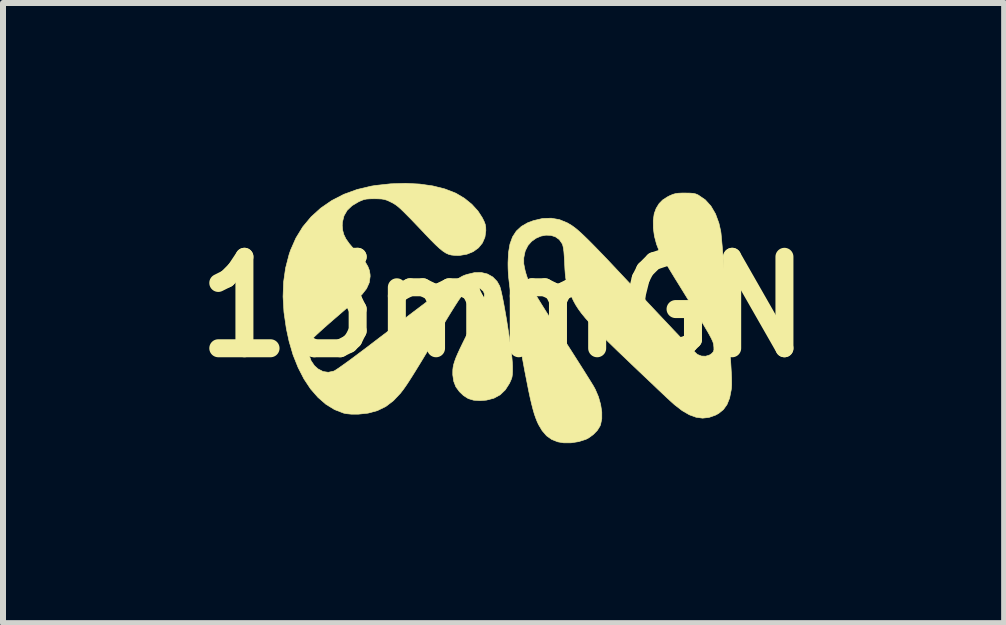
<source format=kicad_pcb>
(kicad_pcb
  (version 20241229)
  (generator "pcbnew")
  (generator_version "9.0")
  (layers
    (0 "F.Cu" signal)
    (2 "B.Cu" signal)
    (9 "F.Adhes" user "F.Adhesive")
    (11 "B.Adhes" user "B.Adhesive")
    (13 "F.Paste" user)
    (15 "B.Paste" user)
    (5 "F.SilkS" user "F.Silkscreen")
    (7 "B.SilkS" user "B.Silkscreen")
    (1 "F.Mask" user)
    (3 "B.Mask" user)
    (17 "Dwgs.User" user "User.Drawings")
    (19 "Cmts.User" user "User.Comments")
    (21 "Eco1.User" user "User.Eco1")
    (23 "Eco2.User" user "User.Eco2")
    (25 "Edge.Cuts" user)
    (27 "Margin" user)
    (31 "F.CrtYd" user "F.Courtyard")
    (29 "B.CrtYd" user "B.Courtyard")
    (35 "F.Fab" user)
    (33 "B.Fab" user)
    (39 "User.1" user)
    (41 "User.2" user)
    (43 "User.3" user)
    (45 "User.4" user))
  (footprint "13mmGN"
    (layer "F.Cu")
    (at 5.341 2.064)
    (property "Reference" "13mmGN" (at 0 0 0) (layer "F.SilkS") (effects (font (size 1.524 1.524) (thickness 0.3))))
    (attr through_hole)
    (fp_poly (pts (xy 3.103 -1.896) (xy 3.159 -1.892) (xy 3.201 -1.883) (xy 3.237 -1.868) (xy 3.248 -1.862) (xy 3.362 -1.784) (xy 3.456 -1.68) (xy 3.532 -1.55) (xy 3.589 -1.395) (xy 3.619 -1.262) (xy 3.624 -1.226) (xy 3.63 -1.162) (xy 3.638 -1.074) (xy 3.648 -0.966) (xy 3.658 -0.842) (xy 3.668 -0.706) (xy 3.679 -0.562) (xy 3.683 -0.5) (xy 3.696 -0.328) (xy 3.709 -0.142) (xy 3.723 0.052) (xy 3.737 0.245) (xy 3.75 0.429) (xy 3.762 0.595) (xy 3.771 0.713) (xy 3.782 0.868) (xy 3.79 0.996) (xy 3.796 1.099) (xy 3.8 1.182) (xy 3.801 1.249) (xy 3.801 1.303) (xy 3.798 1.349) (xy 3.793 1.388) (xy 3.767 1.52) (xy 3.724 1.627) (xy 3.664 1.711) (xy 3.585 1.775) (xy 3.532 1.804) (xy 3.424 1.842) (xy 3.317 1.854) (xy 3.208 1.839) (xy 3.096 1.798) (xy 2.977 1.729) (xy 2.85 1.631) (xy 2.81 1.595) (xy 2.779 1.567) (xy 2.727 1.519) (xy 2.658 1.454) (xy 2.573 1.374) (xy 2.476 1.281) (xy 2.368 1.179) (xy 2.252 1.069) (xy 2.131 0.954) (xy 2.07 0.895) (xy 1.904 0.737) (xy 1.76 0.597) (xy 1.636 0.475) (xy 1.53 0.367) (xy 1.44 0.271) (xy 1.364 0.186) (xy 1.3 0.108) (xy 1.248 0.037) (xy 1.204 -0.031) (xy 1.167 -0.098) (xy 1.135 -0.166) (xy 1.107 -0.238) (xy 1.08 -0.314) (xy 1.079 -0.315) (xy 1.06 -0.376) (xy 1.046 -0.429) (xy 1.036 -0.483) (xy 1.029 -0.545) (xy 1.023 -0.624) (xy 1.018 -0.727) (xy 1.018 -0.728) (xy 1.012 -0.836) (xy 1.006 -0.917) (xy 0.998 -0.977) (xy 0.989 -1.02) (xy 0.977 -1.053) (xy 0.977 -1.053) (xy 0.929 -1.122) (xy 0.864 -1.168) (xy 0.788 -1.192) (xy 0.706 -1.195) (xy 0.622 -1.179) (xy 0.541 -1.144) (xy 0.468 -1.092) (xy 0.407 -1.023) (xy 0.364 -0.938) (xy 0.358 -0.919) (xy 0.337 -0.817) (xy 0.337 -0.718) (xy 0.358 -0.612) (xy 0.374 -0.553) (xy 0.392 -0.497) (xy 0.413 -0.44) (xy 0.44 -0.38) (xy 0.473 -0.314) (xy 0.514 -0.239) (xy 0.566 -0.152) (xy 0.629 -0.049) (xy 0.705 0.072) (xy 0.795 0.214) (xy 0.872 0.333) (xy 1.011 0.549) (xy 1.133 0.739) (xy 1.238 0.904) (xy 1.327 1.044) (xy 1.399 1.159) (xy 1.456 1.25) (xy 1.497 1.317) (xy 1.522 1.362) (xy 1.528 1.373) (xy 1.582 1.499) (xy 1.618 1.627) (xy 1.637 1.751) (xy 1.637 1.864) (xy 1.617 1.962) (xy 1.607 1.987) (xy 1.563 2.058) (xy 1.496 2.127) (xy 1.419 2.183) (xy 1.373 2.207) (xy 1.254 2.245) (xy 1.126 2.265) (xy 1.001 2.265) (xy 0.904 2.249) (xy 0.803 2.209) (xy 0.717 2.148) (xy 0.643 2.062) (xy 0.583 1.961) (xy 0.559 1.909) (xy 0.537 1.853) (xy 0.514 1.788) (xy 0.492 1.712) (xy 0.469 1.623) (xy 0.444 1.517) (xy 0.417 1.391) (xy 0.388 1.243) (xy 0.354 1.07) (xy 0.317 0.869) (xy 0.311 0.833) (xy 0.268 0.602) (xy 0.231 0.399) (xy 0.199 0.223) (xy 0.172 0.07) (xy 0.149 -0.061) (xy 0.13 -0.174) (xy 0.114 -0.27) (xy 0.102 -0.353) (xy 0.093 -0.424) (xy 0.086 -0.486) (xy 0.081 -0.542) (xy 0.078 -0.594) (xy 0.076 -0.645) (xy 0.075 -0.696) (xy 0.075 -0.739) (xy 0.083 -0.906) (xy 0.107 -1.047) (xy 0.15 -1.166) (xy 0.213 -1.263) (xy 0.297 -1.341) (xy 0.403 -1.402) (xy 0.497 -1.437) (xy 0.65 -1.473) (xy 0.794 -1.478) (xy 0.932 -1.454) (xy 1.065 -1.399) (xy 1.137 -1.356) (xy 1.169 -1.333) (xy 1.205 -1.306) (xy 1.244 -1.273) (xy 1.289 -1.233) (xy 1.341 -1.184) (xy 1.401 -1.126) (xy 1.472 -1.055) (xy 1.553 -0.972) (xy 1.648 -0.874) (xy 1.757 -0.76) (xy 1.881 -0.628) (xy 2.023 -0.477) (xy 2.184 -0.306) (xy 2.343 -0.135) (xy 2.477 0.008) (xy 2.605 0.144) (xy 2.727 0.273) (xy 2.839 0.392) (xy 2.941 0.499) (xy 3.031 0.592) (xy 3.106 0.67) (xy 3.165 0.73) (xy 3.207 0.771) (xy 3.229 0.791) (xy 3.23 0.792) (xy 3.296 0.819) (xy 3.369 0.822) (xy 3.437 0.8) (xy 3.471 0.776) (xy 3.496 0.747) (xy 3.506 0.716) (xy 3.505 0.669) (xy 3.504 0.663) (xy 3.502 0.643) (xy 3.5 0.624) (xy 3.495 0.604) (xy 3.488 0.581) (xy 3.476 0.554) (xy 3.46 0.52) (xy 3.437 0.477) (xy 3.407 0.423) (xy 3.368 0.357) (xy 3.32 0.276) (xy 3.261 0.179) (xy 3.19 0.063) (xy 3.106 -0.073) (xy 3.008 -0.232) (xy 2.895 -0.415) (xy 2.857 -0.476) (xy 2.796 -0.576) (xy 2.738 -0.672) (xy 2.687 -0.759) (xy 2.644 -0.833) (xy 2.613 -0.889) (xy 2.601 -0.913) (xy 2.55 -1.044) (xy 2.514 -1.18) (xy 2.496 -1.314) (xy 2.495 -1.441) (xy 2.511 -1.554) (xy 2.544 -1.643) (xy 2.593 -1.722) (xy 2.652 -1.782) (xy 2.731 -1.833) (xy 2.77 -1.853) (xy 2.819 -1.874) (xy 2.863 -1.887) (xy 2.911 -1.894) (xy 2.974 -1.897) (xy 3.024 -1.897) (xy 3.103 -1.896)) (stroke (width 0.01) (type solid)) (fill yes) (layer "F.SilkS"))
    (fp_poly (pts (xy -1.398 -2.047) (xy -1.179 -2.016) (xy -0.979 -1.966) (xy -0.801 -1.897) (xy -0.782 -1.887) (xy -0.65 -1.808) (xy -0.529 -1.71) (xy -0.427 -1.598) (xy -0.356 -1.489) (xy -0.324 -1.425) (xy -0.305 -1.375) (xy -0.297 -1.328) (xy -0.295 -1.27) (xy -0.295 -1.27) (xy -0.31 -1.162) (xy -0.352 -1.065) (xy -0.418 -0.984) (xy -0.505 -0.921) (xy -0.61 -0.878) (xy -0.729 -0.858) (xy -0.763 -0.857) (xy -0.82 -0.859) (xy -0.869 -0.864) (xy -0.915 -0.876) (xy -0.961 -0.897) (xy -1.01 -0.929) (xy -1.066 -0.974) (xy -1.132 -1.035) (xy -1.211 -1.114) (xy -1.307 -1.214) (xy -1.341 -1.251) (xy -1.449 -1.364) (xy -1.538 -1.457) (xy -1.611 -1.531) (xy -1.67 -1.59) (xy -1.718 -1.636) (xy -1.758 -1.671) (xy -1.792 -1.697) (xy -1.824 -1.718) (xy -1.855 -1.736) (xy -1.889 -1.752) (xy -1.889 -1.753) (xy -1.94 -1.776) (xy -1.984 -1.79) (xy -2.03 -1.798) (xy -2.088 -1.801) (xy -2.151 -1.802) (xy -2.228 -1.801) (xy -2.283 -1.797) (xy -2.328 -1.788) (xy -2.372 -1.771) (xy -2.413 -1.753) (xy -2.524 -1.687) (xy -2.606 -1.609) (xy -2.659 -1.517) (xy -2.685 -1.411) (xy -2.688 -1.355) (xy -2.681 -1.278) (xy -2.662 -1.206) (xy -2.627 -1.134) (xy -2.573 -1.057) (xy -2.498 -0.968) (xy -2.452 -0.919) (xy -2.366 -0.826) (xy -2.303 -0.745) (xy -2.261 -0.674) (xy -2.235 -0.607) (xy -2.224 -0.538) (xy -2.223 -0.507) (xy -2.238 -0.404) (xy -2.283 -0.304) (xy -2.359 -0.207) (xy -2.395 -0.171) (xy -2.432 -0.138) (xy -2.489 -0.088) (xy -2.561 -0.025) (xy -2.644 0.048) (xy -2.734 0.126) (xy -2.814 0.195) (xy -2.903 0.272) (xy -2.986 0.345) (xy -3.058 0.41) (xy -3.118 0.465) (xy -3.16 0.505) (xy -3.181 0.528) (xy -3.228 0.614) (xy -3.247 0.707) (xy -3.24 0.804) (xy -3.208 0.896) (xy -3.152 0.979) (xy -3.092 1.033) (xy -3.008 1.077) (xy -2.921 1.09) (xy -2.835 1.072) (xy -2.824 1.068) (xy -2.795 1.051) (xy -2.745 1.018) (xy -2.676 0.969) (xy -2.592 0.909) (xy -2.497 0.839) (xy -2.393 0.761) (xy -2.286 0.681) (xy -2.057 0.506) (xy -1.851 0.35) (xy -1.668 0.21) (xy -1.506 0.087) (xy -1.363 -0.021) (xy -1.239 -0.115) (xy -1.131 -0.197) (xy -1.039 -0.266) (xy -0.961 -0.324) (xy -0.895 -0.373) (xy -0.84 -0.412) (xy -0.795 -0.444) (xy -0.758 -0.469) (xy -0.728 -0.488) (xy -0.703 -0.502) (xy -0.683 -0.513) (xy -0.665 -0.521) (xy -0.648 -0.528) (xy -0.63 -0.534) (xy -0.611 -0.54) (xy -0.605 -0.542) (xy -0.484 -0.571) (xy -0.371 -0.573) (xy -0.268 -0.548) (xy -0.179 -0.498) (xy -0.108 -0.425) (xy -0.065 -0.349) (xy -0.051 -0.306) (xy -0.034 -0.235) (xy -0.014 -0.142) (xy 0.007 -0.032) (xy 0.029 0.091) (xy 0.052 0.223) (xy 0.073 0.359) (xy 0.094 0.494) (xy 0.112 0.623) (xy 0.128 0.743) (xy 0.14 0.848) (xy 0.147 0.933) (xy 0.15 0.993) (xy 0.15 1.071) (xy 0.147 1.127) (xy 0.141 1.17) (xy 0.128 1.209) (xy 0.108 1.254) (xy 0.099 1.274) (xy 0.03 1.382) (xy -0.056 1.465) (xy -0.161 1.522) (xy -0.286 1.554) (xy -0.389 1.562) (xy -0.498 1.555) (xy -0.588 1.528) (xy -0.667 1.478) (xy -0.736 1.412) (xy -0.795 1.331) (xy -0.83 1.24) (xy -0.846 1.133) (xy -0.846 1.087) (xy -0.845 1.045) (xy -0.84 1.004) (xy -0.831 0.96) (xy -0.816 0.911) (xy -0.795 0.852) (xy -0.765 0.782) (xy -0.725 0.695) (xy -0.674 0.59) (xy -0.611 0.462) (xy -0.553 0.345) (xy -0.485 0.207) (xy -0.429 0.094) (xy -0.387 0.002) (xy -0.355 -0.07) (xy -0.334 -0.126) (xy -0.323 -0.169) (xy -0.319 -0.203) (xy -0.323 -0.229) (xy -0.333 -0.252) (xy -0.341 -0.265) (xy -0.386 -0.304) (xy -0.449 -0.324) (xy -0.52 -0.322) (xy -0.538 -0.318) (xy -0.567 -0.308) (xy -0.596 -0.291) (xy -0.627 -0.265) (xy -0.662 -0.227) (xy -0.702 -0.177) (xy -0.749 -0.111) (xy -0.804 -0.026) (xy -0.87 0.079) (xy -0.948 0.206) (xy -1.04 0.359) (xy -1.055 0.383) (xy -1.166 0.569) (xy -1.262 0.729) (xy -1.345 0.867) (xy -1.417 0.985) (xy -1.478 1.084) (xy -1.53 1.167) (xy -1.574 1.236) (xy -1.612 1.294) (xy -1.646 1.343) (xy -1.676 1.385) (xy -1.705 1.422) (xy -1.717 1.438) (xy -1.835 1.563) (xy -1.962 1.66) (xy -2.103 1.729) (xy -2.259 1.771) (xy -2.421 1.788) (xy -2.534 1.788) (xy -2.623 1.779) (xy -2.665 1.77) (xy -2.817 1.711) (xy -2.96 1.623) (xy -3.093 1.507) (xy -3.216 1.366) (xy -3.326 1.2) (xy -3.423 1.011) (xy -3.507 0.801) (xy -3.574 0.572) (xy -3.619 0.364) (xy -3.659 0.088) (xy -3.674 -0.171) (xy -3.665 -0.415) (xy -3.632 -0.647) (xy -3.574 -0.871) (xy -3.549 -0.945) (xy -3.46 -1.147) (xy -3.346 -1.333) (xy -3.207 -1.5) (xy -3.046 -1.646) (xy -2.863 -1.772) (xy -2.661 -1.876) (xy -2.441 -1.956) (xy -2.205 -2.012) (xy -2.138 -2.023) (xy -1.881 -2.051) (xy -1.633 -2.059) (xy -1.398 -2.047)) (stroke (width 0.01) (type solid)) (fill yes) (layer "F.SilkS")))
  (gr_rect
    (start -3 -3)
    (end 13.683 7.334)
    (stroke (width 0.1) (type default))
    (fill no)
    (layer "Edge.Cuts")))
</source>
